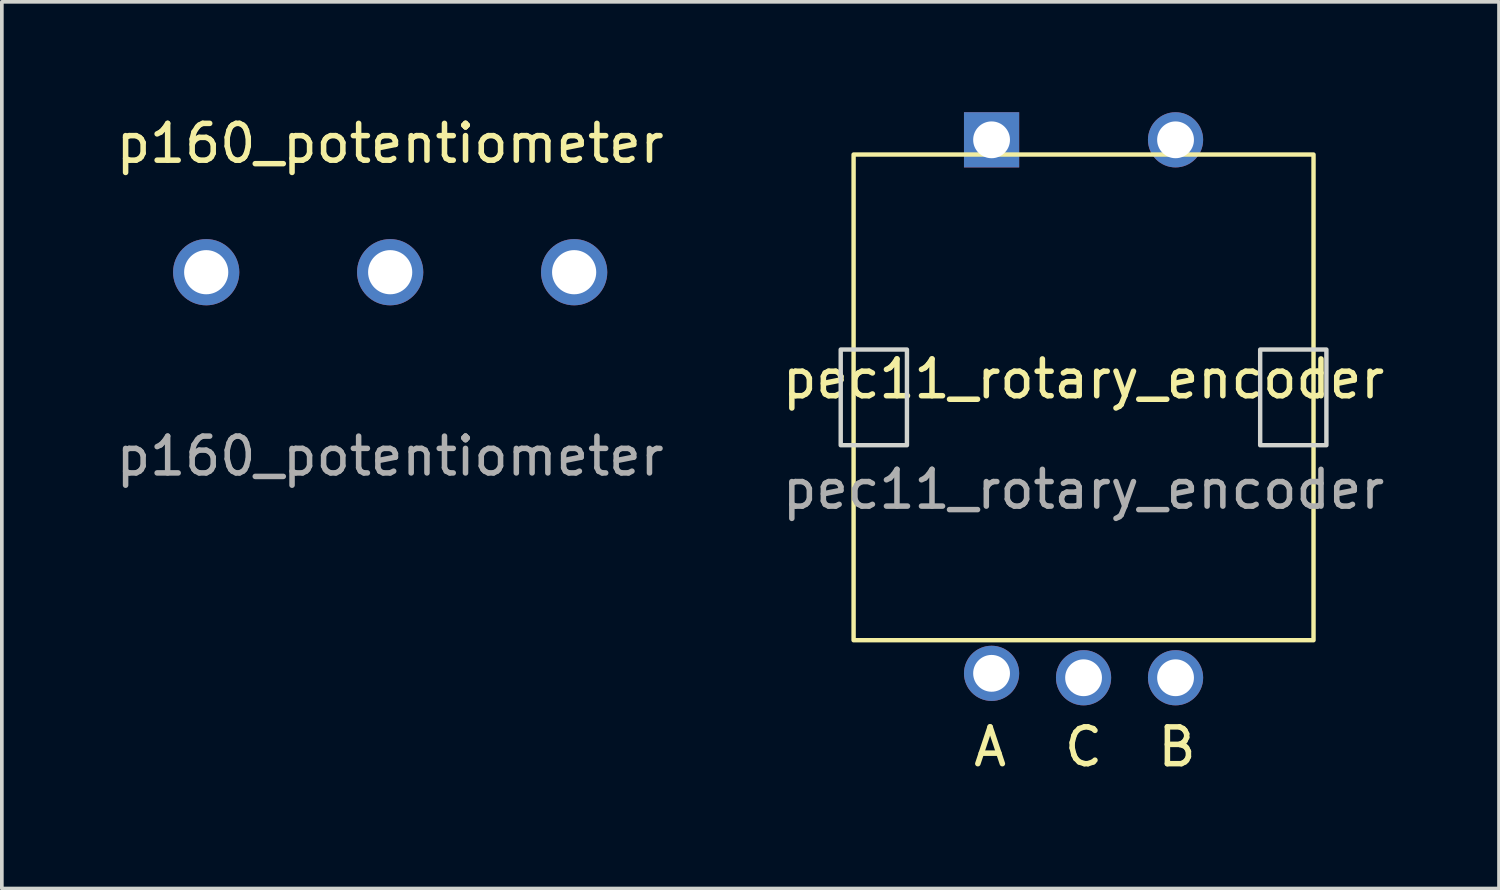
<source format=kicad_pcb>
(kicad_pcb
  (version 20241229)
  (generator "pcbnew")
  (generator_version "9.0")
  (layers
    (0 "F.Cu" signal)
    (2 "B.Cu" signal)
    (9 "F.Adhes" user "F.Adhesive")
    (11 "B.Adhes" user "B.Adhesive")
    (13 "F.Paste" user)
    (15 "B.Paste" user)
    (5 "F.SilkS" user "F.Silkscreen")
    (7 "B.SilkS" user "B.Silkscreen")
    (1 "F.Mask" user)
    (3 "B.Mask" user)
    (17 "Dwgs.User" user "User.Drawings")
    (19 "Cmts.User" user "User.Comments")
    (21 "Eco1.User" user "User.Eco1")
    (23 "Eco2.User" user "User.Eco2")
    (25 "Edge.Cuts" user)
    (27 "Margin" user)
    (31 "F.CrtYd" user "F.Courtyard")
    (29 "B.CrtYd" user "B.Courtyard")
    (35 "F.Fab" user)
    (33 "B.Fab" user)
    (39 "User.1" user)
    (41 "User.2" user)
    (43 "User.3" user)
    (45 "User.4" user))
  (footprint "p160_potentiometer"
    (layer "F.Cu")
    (at 7.554 4.348)
    (property "Reference" "p160_potentiometer" (at 0 -3.5 0) (unlocked yes) (layer "F.SilkS") (effects (font (size 1 1) (thickness 0.15))))
    (attr through_hole)
    (fp_text user "${REFERENCE}" (at 0 5 0) (unlocked yes) (layer "F.Fab") (effects (font (size 1 1) (thickness 0.15))))
    (pad "1" thru_hole circle (at -5 0) (size 1.8 1.8) (drill 1.2) (layers "*.Cu" "*.Mask"))
    (pad "2" thru_hole circle (at 0 0) (size 1.8 1.8) (drill 1.2) (layers "*.Cu" "*.Mask"))
    (pad "3" thru_hole circle (at 5 0) (size 1.8 1.8) (drill 1.2) (layers "*.Cu" "*.Mask")))
  (footprint "pec11_rotary_encoder"
    (layer "F.Cu")
    (at 26.399 7.75)
    (property "Reference" "pec11_rotary_encoder" (at 0 -0.5 0) (unlocked yes) (layer "F.SilkS") (effects (font (size 1 1) (thickness 0.15))))
    (attr through_hole)
    (fp_rect (start -6.25 -6.6) (end 6.25 6.6) (stroke (width 0.12) (type solid)) (fill no) (layer "F.SilkS"))
    (fp_rect (start -6.6 1.3) (end -4.8 -1.3) (stroke (width 0.12) (type solid)) (fill no) (layer "Edge.Cuts"))
    (fp_rect (start 4.8 1.3) (end 6.6 -1.3) (stroke (width 0.12) (type solid)) (fill no) (layer "Edge.Cuts"))
    (fp_text user "A" (at -2.54 9.5 0) (unlocked yes) (layer "F.SilkS") (effects (font (size 1 1) (thickness 0.15))))
    (fp_text user "B" (at 2.54 9.5 0) (unlocked yes) (layer "F.SilkS") (effects (font (size 1 1) (thickness 0.15))))
    (fp_text user "C" (at 0 9.5 0) (unlocked yes) (layer "F.SilkS") (effects (font (size 1 1) (thickness 0.15))))
    (fp_text user "${REFERENCE}" (at 0 2.5 0) (unlocked yes) (layer "F.Fab") (effects (font (size 1 1) (thickness 0.15))))
    (pad "A" thru_hole circle (at -2.5 7.5) (size 1.5 1.5) (drill 1) (layers "*.Cu" "*.Mask"))
    (pad "B" thru_hole circle (at 2.5 7.62) (size 1.5 1.5) (drill 1) (layers "*.Cu" "*.Mask"))
    (pad "C" thru_hole circle (at 0 7.62) (size 1.5 1.5) (drill 1) (layers "*.Cu" "*.Mask"))
    (pad "S1" thru_hole rect (at -2.5 -7) (size 1.5 1.5) (drill 1) (layers "*.Cu" "*.Mask"))
    (pad "S2" thru_hole circle (at 2.5 -7) (size 1.5 1.5) (drill 1) (layers "*.Cu" "*.Mask")))
  (gr_rect
    (start -3 -3)
    (end 37.69 21.098)
    (stroke (width 0.1) (type default))
    (fill no)
    (layer "Edge.Cuts")))
</source>
